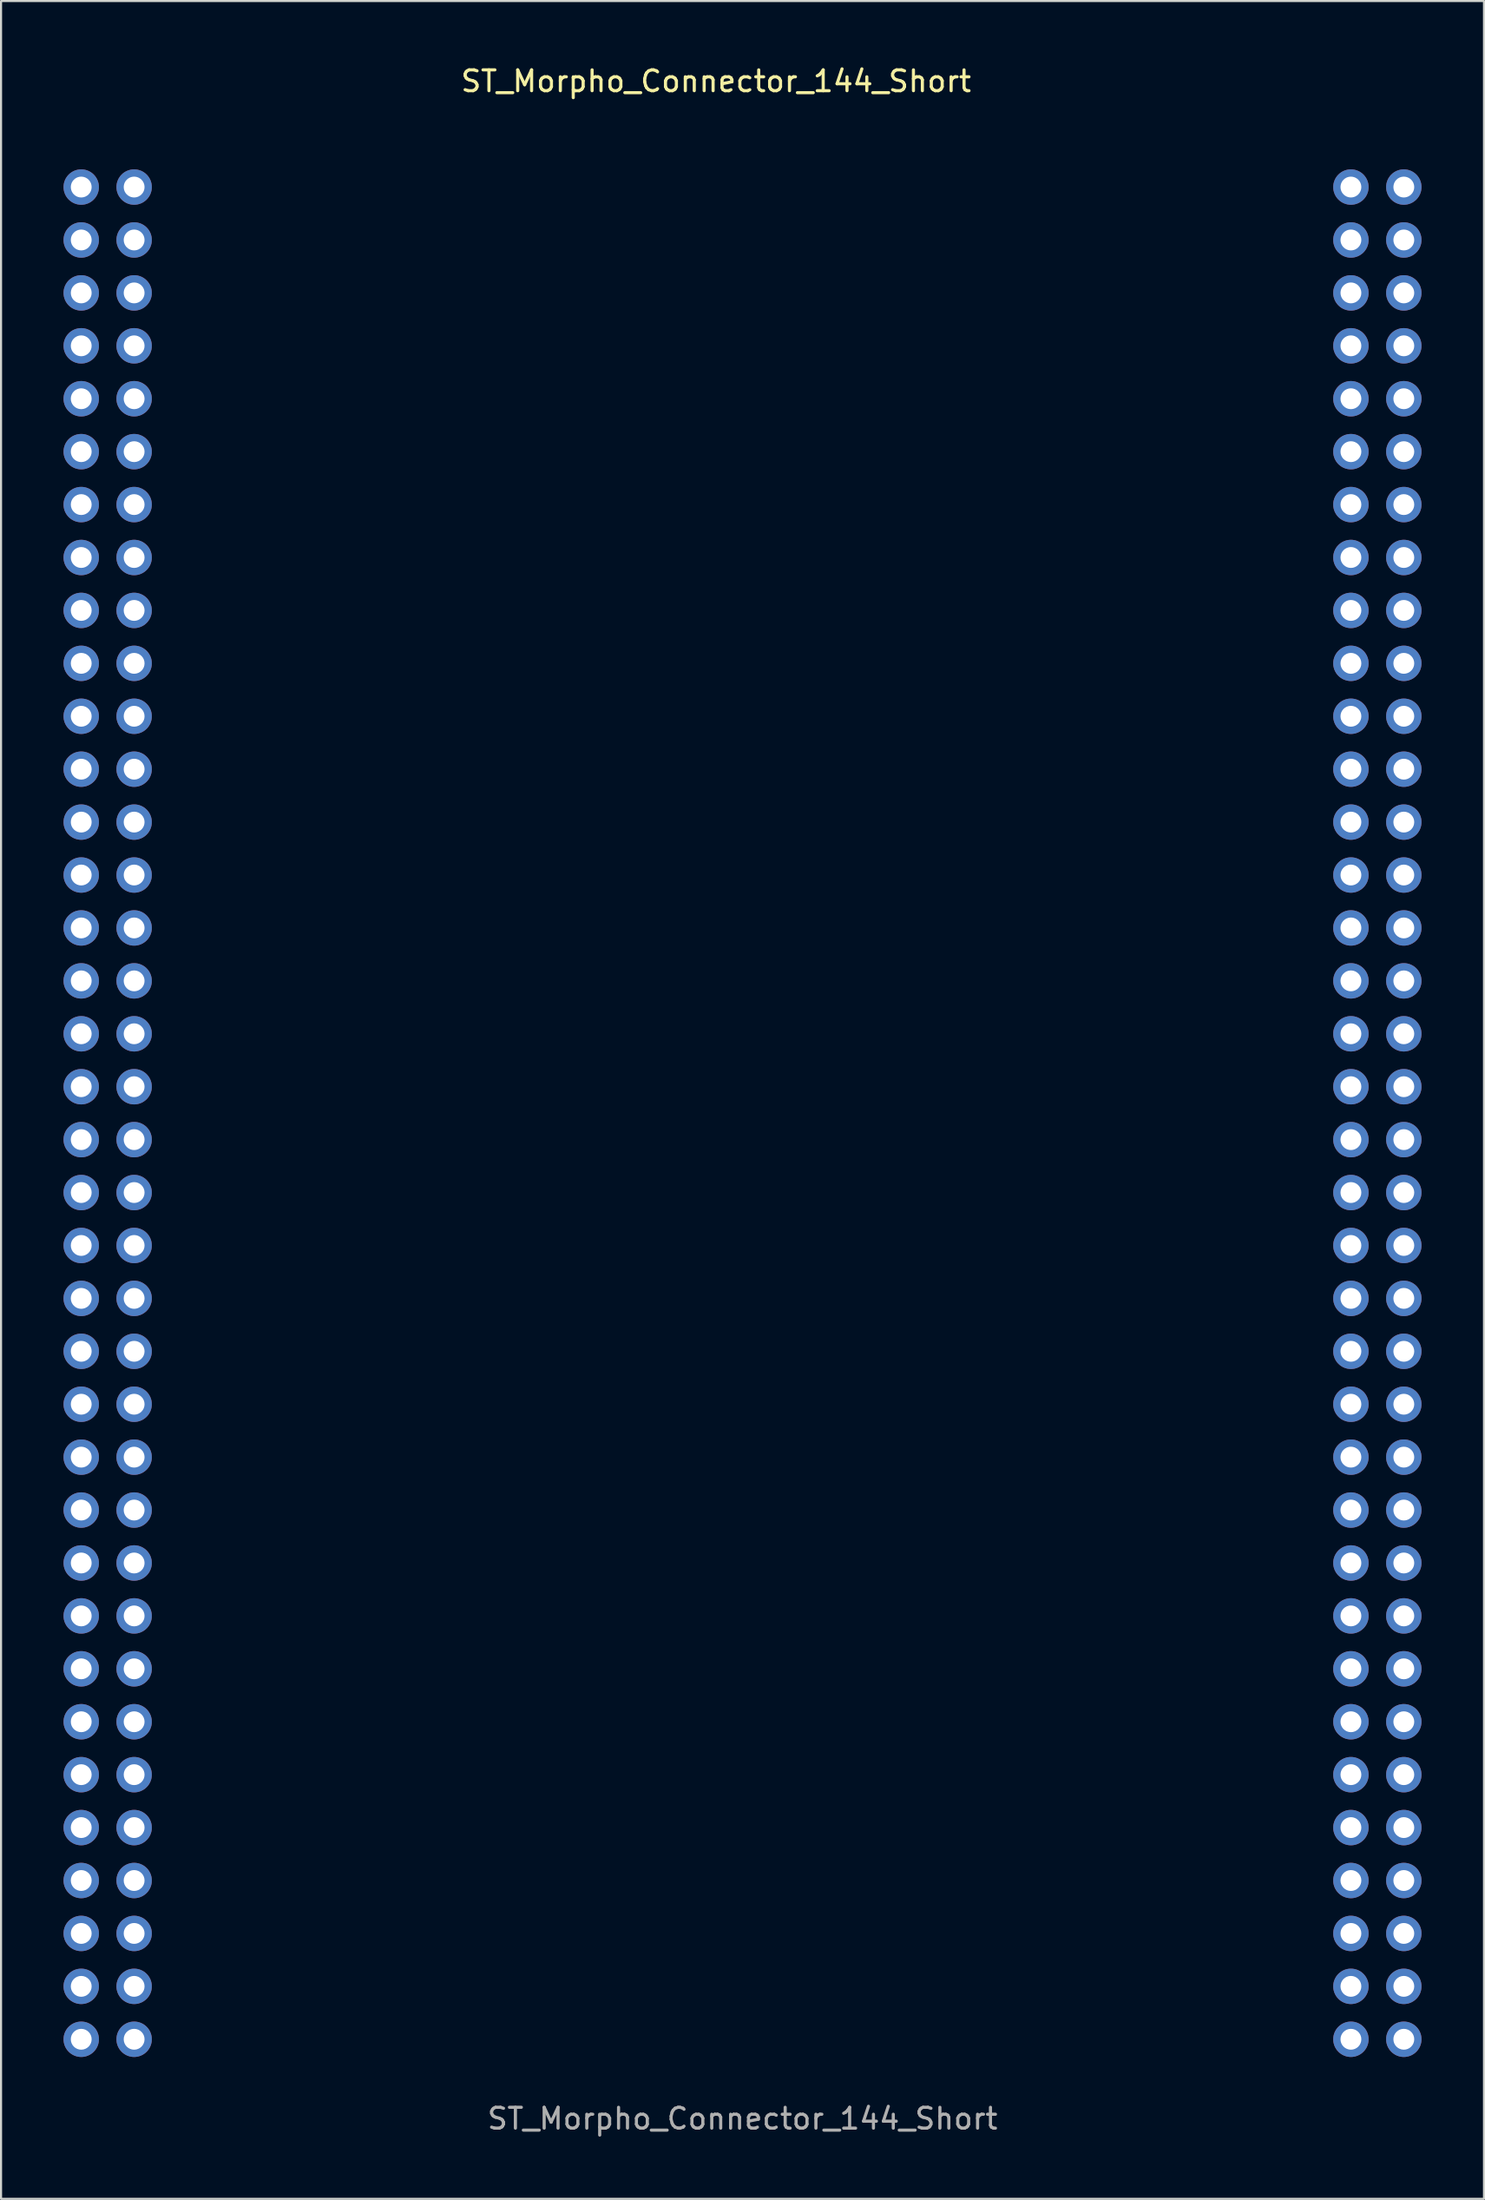
<source format=kicad_pcb>
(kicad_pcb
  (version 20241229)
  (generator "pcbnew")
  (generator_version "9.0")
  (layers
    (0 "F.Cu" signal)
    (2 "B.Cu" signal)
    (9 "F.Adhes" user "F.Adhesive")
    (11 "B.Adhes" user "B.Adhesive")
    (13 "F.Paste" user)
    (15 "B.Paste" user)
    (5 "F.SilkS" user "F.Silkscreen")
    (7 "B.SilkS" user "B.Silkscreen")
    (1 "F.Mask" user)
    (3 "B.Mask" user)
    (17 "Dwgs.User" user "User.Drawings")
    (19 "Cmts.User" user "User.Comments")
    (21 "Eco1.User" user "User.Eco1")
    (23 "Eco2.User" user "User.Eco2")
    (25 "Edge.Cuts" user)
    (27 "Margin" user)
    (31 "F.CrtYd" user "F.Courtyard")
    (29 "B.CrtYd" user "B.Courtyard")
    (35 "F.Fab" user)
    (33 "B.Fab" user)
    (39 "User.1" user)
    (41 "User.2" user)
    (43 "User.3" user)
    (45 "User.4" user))
  (footprint "ST_Morpho_Connector_144_Short"
    (layer "F.Cu")
    (at 0.85 5.928)
    (property "Reference" "ST_Morpho_Connector_144_Short" (at 30.48 -5.08 0) (layer "F.SilkS") (effects (font (size 1 1) (thickness 0.15))))
    (attr through_hole)
    (fp_text user "${REFERENCE}" (at 31.75 92.71 0) (layer "F.Fab") (effects (font (size 1 1) (thickness 0.15))))
    (pad "1" thru_hole circle (at 0 0) (size 1.7 1.7) (drill 1) (layers "*.Cu" "*.Mask"))
    (pad "2" thru_hole circle (at 2.54 0) (size 1.7 1.7) (drill 1) (layers "*.Cu" "*.Mask"))
    (pad "3" thru_hole circle (at 0 2.54) (size 1.7 1.7) (drill 1) (layers "*.Cu" "*.Mask"))
    (pad "4" thru_hole circle (at 2.54 2.54) (size 1.7 1.7) (drill 1) (layers "*.Cu" "*.Mask"))
    (pad "5" thru_hole circle (at 0 5.08) (size 1.7 1.7) (drill 1) (layers "*.Cu" "*.Mask"))
    (pad "6" thru_hole circle (at 2.54 5.08) (size 1.7 1.7) (drill 1) (layers "*.Cu" "*.Mask"))
    (pad "7" thru_hole circle (at 0 7.62) (size 1.7 1.7) (drill 1) (layers "*.Cu" "*.Mask"))
    (pad "8" thru_hole circle (at 2.54 7.62) (size 1.7 1.7) (drill 1) (layers "*.Cu" "*.Mask"))
    (pad "9" thru_hole circle (at 0 10.16) (size 1.7 1.7) (drill 1) (layers "*.Cu" "*.Mask"))
    (pad "10" thru_hole circle (at 2.54 10.16) (size 1.7 1.7) (drill 1) (layers "*.Cu" "*.Mask"))
    (pad "11" thru_hole circle (at 0 12.7) (size 1.7 1.7) (drill 1) (layers "*.Cu" "*.Mask"))
    (pad "12" thru_hole circle (at 2.54 12.7) (size 1.7 1.7) (drill 1) (layers "*.Cu" "*.Mask"))
    (pad "13" thru_hole circle (at 0 15.24) (size 1.7 1.7) (drill 1) (layers "*.Cu" "*.Mask"))
    (pad "14" thru_hole circle (at 2.54 15.24) (size 1.7 1.7) (drill 1) (layers "*.Cu" "*.Mask"))
    (pad "15" thru_hole circle (at 0 17.78) (size 1.7 1.7) (drill 1) (layers "*.Cu" "*.Mask"))
    (pad "16" thru_hole circle (at 2.54 17.78) (size 1.7 1.7) (drill 1) (layers "*.Cu" "*.Mask"))
    (pad "17" thru_hole circle (at 0 20.32) (size 1.7 1.7) (drill 1) (layers "*.Cu" "*.Mask"))
    (pad "18" thru_hole circle (at 2.54 20.32) (size 1.7 1.7) (drill 1) (layers "*.Cu" "*.Mask"))
    (pad "19" thru_hole circle (at 0 22.86) (size 1.7 1.7) (drill 1) (layers "*.Cu" "*.Mask"))
    (pad "20" thru_hole circle (at 2.54 22.86) (size 1.7 1.7) (drill 1) (layers "*.Cu" "*.Mask"))
    (pad "21" thru_hole circle (at 0 25.4) (size 1.7 1.7) (drill 1) (layers "*.Cu" "*.Mask"))
    (pad "22" thru_hole circle (at 2.54 25.4) (size 1.7 1.7) (drill 1) (layers "*.Cu" "*.Mask"))
    (pad "23" thru_hole circle (at 0 27.94) (size 1.7 1.7) (drill 1) (layers "*.Cu" "*.Mask"))
    (pad "24" thru_hole circle (at 2.54 27.94) (size 1.7 1.7) (drill 1) (layers "*.Cu" "*.Mask"))
    (pad "25" thru_hole circle (at 0 30.48) (size 1.7 1.7) (drill 1) (layers "*.Cu" "*.Mask"))
    (pad "26" thru_hole circle (at 2.54 30.48) (size 1.7 1.7) (drill 1) (layers "*.Cu" "*.Mask"))
    (pad "27" thru_hole circle (at 0 33.02) (size 1.7 1.7) (drill 1) (layers "*.Cu" "*.Mask"))
    (pad "28" thru_hole circle (at 2.54 33.02) (size 1.7 1.7) (drill 1) (layers "*.Cu" "*.Mask"))
    (pad "29" thru_hole circle (at 0 35.56) (size 1.7 1.7) (drill 1) (layers "*.Cu" "*.Mask"))
    (pad "30" thru_hole circle (at 2.54 35.56) (size 1.7 1.7) (drill 1) (layers "*.Cu" "*.Mask"))
    (pad "31" thru_hole circle (at 0 38.1) (size 1.7 1.7) (drill 1) (layers "*.Cu" "*.Mask"))
    (pad "32" thru_hole circle (at 2.54 38.1) (size 1.7 1.7) (drill 1) (layers "*.Cu" "*.Mask"))
    (pad "33" thru_hole circle (at 0 40.64) (size 1.7 1.7) (drill 1) (layers "*.Cu" "*.Mask"))
    (pad "34" thru_hole circle (at 2.54 40.64) (size 1.7 1.7) (drill 1) (layers "*.Cu" "*.Mask"))
    (pad "35" thru_hole circle (at 0 43.18) (size 1.7 1.7) (drill 1) (layers "*.Cu" "*.Mask"))
    (pad "36" thru_hole circle (at 2.54 43.18) (size 1.7 1.7) (drill 1) (layers "*.Cu" "*.Mask"))
    (pad "37" thru_hole circle (at 0 45.72) (size 1.7 1.7) (drill 1) (layers "*.Cu" "*.Mask"))
    (pad "38" thru_hole circle (at 2.54 45.72) (size 1.7 1.7) (drill 1) (layers "*.Cu" "*.Mask"))
    (pad "39" thru_hole circle (at 0 48.26) (size 1.7 1.7) (drill 1) (layers "*.Cu" "*.Mask"))
    (pad "40" thru_hole circle (at 2.54 48.26) (size 1.7 1.7) (drill 1) (layers "*.Cu" "*.Mask"))
    (pad "41" thru_hole circle (at 0 50.8) (size 1.7 1.7) (drill 1) (layers "*.Cu" "*.Mask"))
    (pad "42" thru_hole circle (at 2.54 50.8) (size 1.7 1.7) (drill 1) (layers "*.Cu" "*.Mask"))
    (pad "43" thru_hole circle (at 0 53.34) (size 1.7 1.7) (drill 1) (layers "*.Cu" "*.Mask"))
    (pad "44" thru_hole circle (at 2.54 53.34) (size 1.7 1.7) (drill 1) (layers "*.Cu" "*.Mask"))
    (pad "45" thru_hole circle (at 0 55.88) (size 1.7 1.7) (drill 1) (layers "*.Cu" "*.Mask"))
    (pad "46" thru_hole circle (at 2.54 55.88) (size 1.7 1.7) (drill 1) (layers "*.Cu" "*.Mask"))
    (pad "47" thru_hole circle (at 0 58.42) (size 1.7 1.7) (drill 1) (layers "*.Cu" "*.Mask"))
    (pad "48" thru_hole circle (at 2.54 58.42) (size 1.7 1.7) (drill 1) (layers "*.Cu" "*.Mask"))
    (pad "49" thru_hole circle (at 0 60.96) (size 1.7 1.7) (drill 1) (layers "*.Cu" "*.Mask"))
    (pad "50" thru_hole circle (at 2.54 60.96) (size 1.7 1.7) (drill 1) (layers "*.Cu" "*.Mask"))
    (pad "51" thru_hole circle (at 0 63.5) (size 1.7 1.7) (drill 1) (layers "*.Cu" "*.Mask"))
    (pad "52" thru_hole circle (at 2.54 63.5) (size 1.7 1.7) (drill 1) (layers "*.Cu" "*.Mask"))
    (pad "53" thru_hole circle (at 0 66.04) (size 1.7 1.7) (drill 1) (layers "*.Cu" "*.Mask"))
    (pad "54" thru_hole circle (at 2.54 66.04) (size 1.7 1.7) (drill 1) (layers "*.Cu" "*.Mask"))
    (pad "55" thru_hole circle (at 0 68.58) (size 1.7 1.7) (drill 1) (layers "*.Cu" "*.Mask"))
    (pad "56" thru_hole circle (at 2.54 68.58) (size 1.7 1.7) (drill 1) (layers "*.Cu" "*.Mask"))
    (pad "57" thru_hole circle (at 0 71.12) (size 1.7 1.7) (drill 1) (layers "*.Cu" "*.Mask"))
    (pad "58" thru_hole circle (at 2.54 71.12) (size 1.7 1.7) (drill 1) (layers "*.Cu" "*.Mask"))
    (pad "59" thru_hole circle (at 0 73.66) (size 1.7 1.7) (drill 1) (layers "*.Cu" "*.Mask"))
    (pad "60" thru_hole circle (at 2.54 73.66) (size 1.7 1.7) (drill 1) (layers "*.Cu" "*.Mask"))
    (pad "61" thru_hole circle (at 0 76.2) (size 1.7 1.7) (drill 1) (layers "*.Cu" "*.Mask"))
    (pad "62" thru_hole circle (at 2.54 76.2) (size 1.7 1.7) (drill 1) (layers "*.Cu" "*.Mask"))
    (pad "63" thru_hole circle (at 0 78.74) (size 1.7 1.7) (drill 1) (layers "*.Cu" "*.Mask"))
    (pad "64" thru_hole circle (at 2.54 78.74) (size 1.7 1.7) (drill 1) (layers "*.Cu" "*.Mask"))
    (pad "65" thru_hole circle (at 0 81.28) (size 1.7 1.7) (drill 1) (layers "*.Cu" "*.Mask"))
    (pad "66" thru_hole circle (at 2.54 81.28) (size 1.7 1.7) (drill 1) (layers "*.Cu" "*.Mask"))
    (pad "67" thru_hole circle (at 0 83.82) (size 1.7 1.7) (drill 1) (layers "*.Cu" "*.Mask"))
    (pad "68" thru_hole circle (at 2.54 83.82) (size 1.7 1.7) (drill 1) (layers "*.Cu" "*.Mask"))
    (pad "69" thru_hole circle (at 0 86.36) (size 1.7 1.7) (drill 1) (layers "*.Cu" "*.Mask"))
    (pad "70" thru_hole circle (at 2.54 86.36) (size 1.7 1.7) (drill 1) (layers "*.Cu" "*.Mask"))
    (pad "71" thru_hole circle (at 0 88.9) (size 1.7 1.7) (drill 1) (layers "*.Cu" "*.Mask"))
    (pad "72" thru_hole circle (at 2.54 88.9) (size 1.7 1.7) (drill 1) (layers "*.Cu" "*.Mask"))
    (pad "73" thru_hole circle (at 60.96 0) (size 1.7 1.7) (drill 1) (layers "*.Cu" "*.Mask"))
    (pad "74" thru_hole circle (at 63.5 0) (size 1.7 1.7) (drill 1) (layers "*.Cu" "*.Mask"))
    (pad "75" thru_hole circle (at 60.96 2.54) (size 1.7 1.7) (drill 1) (layers "*.Cu" "*.Mask"))
    (pad "76" thru_hole circle (at 63.5 2.54) (size 1.7 1.7) (drill 1) (layers "*.Cu" "*.Mask"))
    (pad "77" thru_hole circle (at 60.96 5.08) (size 1.7 1.7) (drill 1) (layers "*.Cu" "*.Mask"))
    (pad "78" thru_hole circle (at 63.5 5.08) (size 1.7 1.7) (drill 1) (layers "*.Cu" "*.Mask"))
    (pad "79" thru_hole circle (at 60.96 7.62) (size 1.7 1.7) (drill 1) (layers "*.Cu" "*.Mask"))
    (pad "80" thru_hole circle (at 63.5 7.62) (size 1.7 1.7) (drill 1) (layers "*.Cu" "*.Mask"))
    (pad "81" thru_hole circle (at 60.96 10.16) (size 1.7 1.7) (drill 1) (layers "*.Cu" "*.Mask"))
    (pad "82" thru_hole circle (at 63.5 10.16) (size 1.7 1.7) (drill 1) (layers "*.Cu" "*.Mask"))
    (pad "83" thru_hole circle (at 60.96 12.7) (size 1.7 1.7) (drill 1) (layers "*.Cu" "*.Mask"))
    (pad "84" thru_hole circle (at 63.5 12.7) (size 1.7 1.7) (drill 1) (layers "*.Cu" "*.Mask"))
    (pad "85" thru_hole circle (at 60.96 15.24) (size 1.7 1.7) (drill 1) (layers "*.Cu" "*.Mask"))
    (pad "86" thru_hole circle (at 63.5 15.24) (size 1.7 1.7) (drill 1) (layers "*.Cu" "*.Mask"))
    (pad "87" thru_hole circle (at 60.96 17.78) (size 1.7 1.7) (drill 1) (layers "*.Cu" "*.Mask"))
    (pad "88" thru_hole circle (at 63.5 17.78) (size 1.7 1.7) (drill 1) (layers "*.Cu" "*.Mask"))
    (pad "89" thru_hole circle (at 60.96 20.32) (size 1.7 1.7) (drill 1) (layers "*.Cu" "*.Mask"))
    (pad "90" thru_hole circle (at 63.5 20.32) (size 1.7 1.7) (drill 1) (layers "*.Cu" "*.Mask"))
    (pad "91" thru_hole circle (at 60.96 22.86) (size 1.7 1.7) (drill 1) (layers "*.Cu" "*.Mask"))
    (pad "92" thru_hole circle (at 63.5 22.86) (size 1.7 1.7) (drill 1) (layers "*.Cu" "*.Mask"))
    (pad "93" thru_hole circle (at 60.96 25.4) (size 1.7 1.7) (drill 1) (layers "*.Cu" "*.Mask"))
    (pad "94" thru_hole circle (at 63.5 25.4) (size 1.7 1.7) (drill 1) (layers "*.Cu" "*.Mask"))
    (pad "95" thru_hole circle (at 60.96 27.94) (size 1.7 1.7) (drill 1) (layers "*.Cu" "*.Mask"))
    (pad "96" thru_hole circle (at 63.5 27.94) (size 1.7 1.7) (drill 1) (layers "*.Cu" "*.Mask"))
    (pad "97" thru_hole circle (at 60.96 30.48) (size 1.7 1.7) (drill 1) (layers "*.Cu" "*.Mask"))
    (pad "98" thru_hole circle (at 63.5 30.48) (size 1.7 1.7) (drill 1) (layers "*.Cu" "*.Mask"))
    (pad "99" thru_hole circle (at 60.96 33.02) (size 1.7 1.7) (drill 1) (layers "*.Cu" "*.Mask"))
    (pad "100" thru_hole circle (at 63.5 33.02) (size 1.7 1.7) (drill 1) (layers "*.Cu" "*.Mask"))
    (pad "101" thru_hole circle (at 60.96 35.56) (size 1.7 1.7) (drill 1) (layers "*.Cu" "*.Mask"))
    (pad "102" thru_hole circle (at 63.5 35.56) (size 1.7 1.7) (drill 1) (layers "*.Cu" "*.Mask"))
    (pad "103" thru_hole circle (at 60.96 38.1) (size 1.7 1.7) (drill 1) (layers "*.Cu" "*.Mask"))
    (pad "104" thru_hole circle (at 63.5 38.1) (size 1.7 1.7) (drill 1) (layers "*.Cu" "*.Mask"))
    (pad "105" thru_hole circle (at 60.96 40.64) (size 1.7 1.7) (drill 1) (layers "*.Cu" "*.Mask"))
    (pad "106" thru_hole circle (at 63.5 40.64) (size 1.7 1.7) (drill 1) (layers "*.Cu" "*.Mask"))
    (pad "107" thru_hole circle (at 60.96 43.18) (size 1.7 1.7) (drill 1) (layers "*.Cu" "*.Mask"))
    (pad "108" thru_hole circle (at 63.5 43.18) (size 1.7 1.7) (drill 1) (layers "*.Cu" "*.Mask"))
    (pad "109" thru_hole circle (at 60.96 45.72) (size 1.7 1.7) (drill 1) (layers "*.Cu" "*.Mask"))
    (pad "110" thru_hole circle (at 63.5 45.72) (size 1.7 1.7) (drill 1) (layers "*.Cu" "*.Mask"))
    (pad "111" thru_hole circle (at 60.96 48.26) (size 1.7 1.7) (drill 1) (layers "*.Cu" "*.Mask"))
    (pad "112" thru_hole circle (at 63.5 48.26) (size 1.7 1.7) (drill 1) (layers "*.Cu" "*.Mask"))
    (pad "113" thru_hole circle (at 60.96 50.8) (size 1.7 1.7) (drill 1) (layers "*.Cu" "*.Mask"))
    (pad "114" thru_hole circle (at 63.5 50.8) (size 1.7 1.7) (drill 1) (layers "*.Cu" "*.Mask"))
    (pad "115" thru_hole circle (at 60.96 53.34) (size 1.7 1.7) (drill 1) (layers "*.Cu" "*.Mask"))
    (pad "116" thru_hole circle (at 63.5 53.34) (size 1.7 1.7) (drill 1) (layers "*.Cu" "*.Mask"))
    (pad "117" thru_hole circle (at 60.96 55.88) (size 1.7 1.7) (drill 1) (layers "*.Cu" "*.Mask"))
    (pad "118" thru_hole circle (at 63.5 55.88) (size 1.7 1.7) (drill 1) (layers "*.Cu" "*.Mask"))
    (pad "119" thru_hole circle (at 60.96 58.42) (size 1.7 1.7) (drill 1) (layers "*.Cu" "*.Mask"))
    (pad "120" thru_hole circle (at 63.5 58.42) (size 1.7 1.7) (drill 1) (layers "*.Cu" "*.Mask"))
    (pad "121" thru_hole circle (at 60.96 60.96) (size 1.7 1.7) (drill 1) (layers "*.Cu" "*.Mask"))
    (pad "122" thru_hole circle (at 63.5 60.96) (size 1.7 1.7) (drill 1) (layers "*.Cu" "*.Mask"))
    (pad "123" thru_hole circle (at 60.96 63.5) (size 1.7 1.7) (drill 1) (layers "*.Cu" "*.Mask"))
    (pad "124" thru_hole circle (at 63.5 63.5) (size 1.7 1.7) (drill 1) (layers "*.Cu" "*.Mask"))
    (pad "125" thru_hole circle (at 60.96 66.04) (size 1.7 1.7) (drill 1) (layers "*.Cu" "*.Mask"))
    (pad "126" thru_hole circle (at 63.5 66.04) (size 1.7 1.7) (drill 1) (layers "*.Cu" "*.Mask"))
    (pad "127" thru_hole circle (at 60.96 68.58) (size 1.7 1.7) (drill 1) (layers "*.Cu" "*.Mask"))
    (pad "128" thru_hole circle (at 63.5 68.58) (size 1.7 1.7) (drill 1) (layers "*.Cu" "*.Mask"))
    (pad "129" thru_hole circle (at 60.96 71.12) (size 1.7 1.7) (drill 1) (layers "*.Cu" "*.Mask"))
    (pad "130" thru_hole circle (at 63.5 71.12) (size 1.7 1.7) (drill 1) (layers "*.Cu" "*.Mask"))
    (pad "131" thru_hole circle (at 60.96 73.66) (size 1.7 1.7) (drill 1) (layers "*.Cu" "*.Mask"))
    (pad "132" thru_hole circle (at 63.5 73.66) (size 1.7 1.7) (drill 1) (layers "*.Cu" "*.Mask"))
    (pad "133" thru_hole circle (at 60.96 76.2) (size 1.7 1.7) (drill 1) (layers "*.Cu" "*.Mask"))
    (pad "134" thru_hole circle (at 63.5 76.2) (size 1.7 1.7) (drill 1) (layers "*.Cu" "*.Mask"))
    (pad "135" thru_hole circle (at 60.96 78.74) (size 1.7 1.7) (drill 1) (layers "*.Cu" "*.Mask"))
    (pad "136" thru_hole circle (at 63.5 78.74) (size 1.7 1.7) (drill 1) (layers "*.Cu" "*.Mask"))
    (pad "137" thru_hole circle (at 60.96 81.28) (size 1.7 1.7) (drill 1) (layers "*.Cu" "*.Mask"))
    (pad "138" thru_hole circle (at 63.5 81.28) (size 1.7 1.7) (drill 1) (layers "*.Cu" "*.Mask"))
    (pad "139" thru_hole circle (at 60.96 83.82) (size 1.7 1.7) (drill 1) (layers "*.Cu" "*.Mask"))
    (pad "140" thru_hole circle (at 63.5 83.82) (size 1.7 1.7) (drill 1) (layers "*.Cu" "*.Mask"))
    (pad "141" thru_hole circle (at 60.96 86.36) (size 1.7 1.7) (drill 1) (layers "*.Cu" "*.Mask"))
    (pad "142" thru_hole circle (at 63.5 86.36) (size 1.7 1.7) (drill 1) (layers "*.Cu" "*.Mask"))
    (pad "143" thru_hole circle (at 60.96 88.9) (size 1.7 1.7) (drill 1) (layers "*.Cu" "*.Mask"))
    (pad "144" thru_hole circle (at 63.5 88.9) (size 1.7 1.7) (drill 1) (layers "*.Cu" "*.Mask")))
  (gr_rect
    (start -3 -3)
    (end 68.2 102.487)
    (stroke (width 0.1) (type default))
    (fill no)
    (layer "Edge.Cuts")))
</source>
